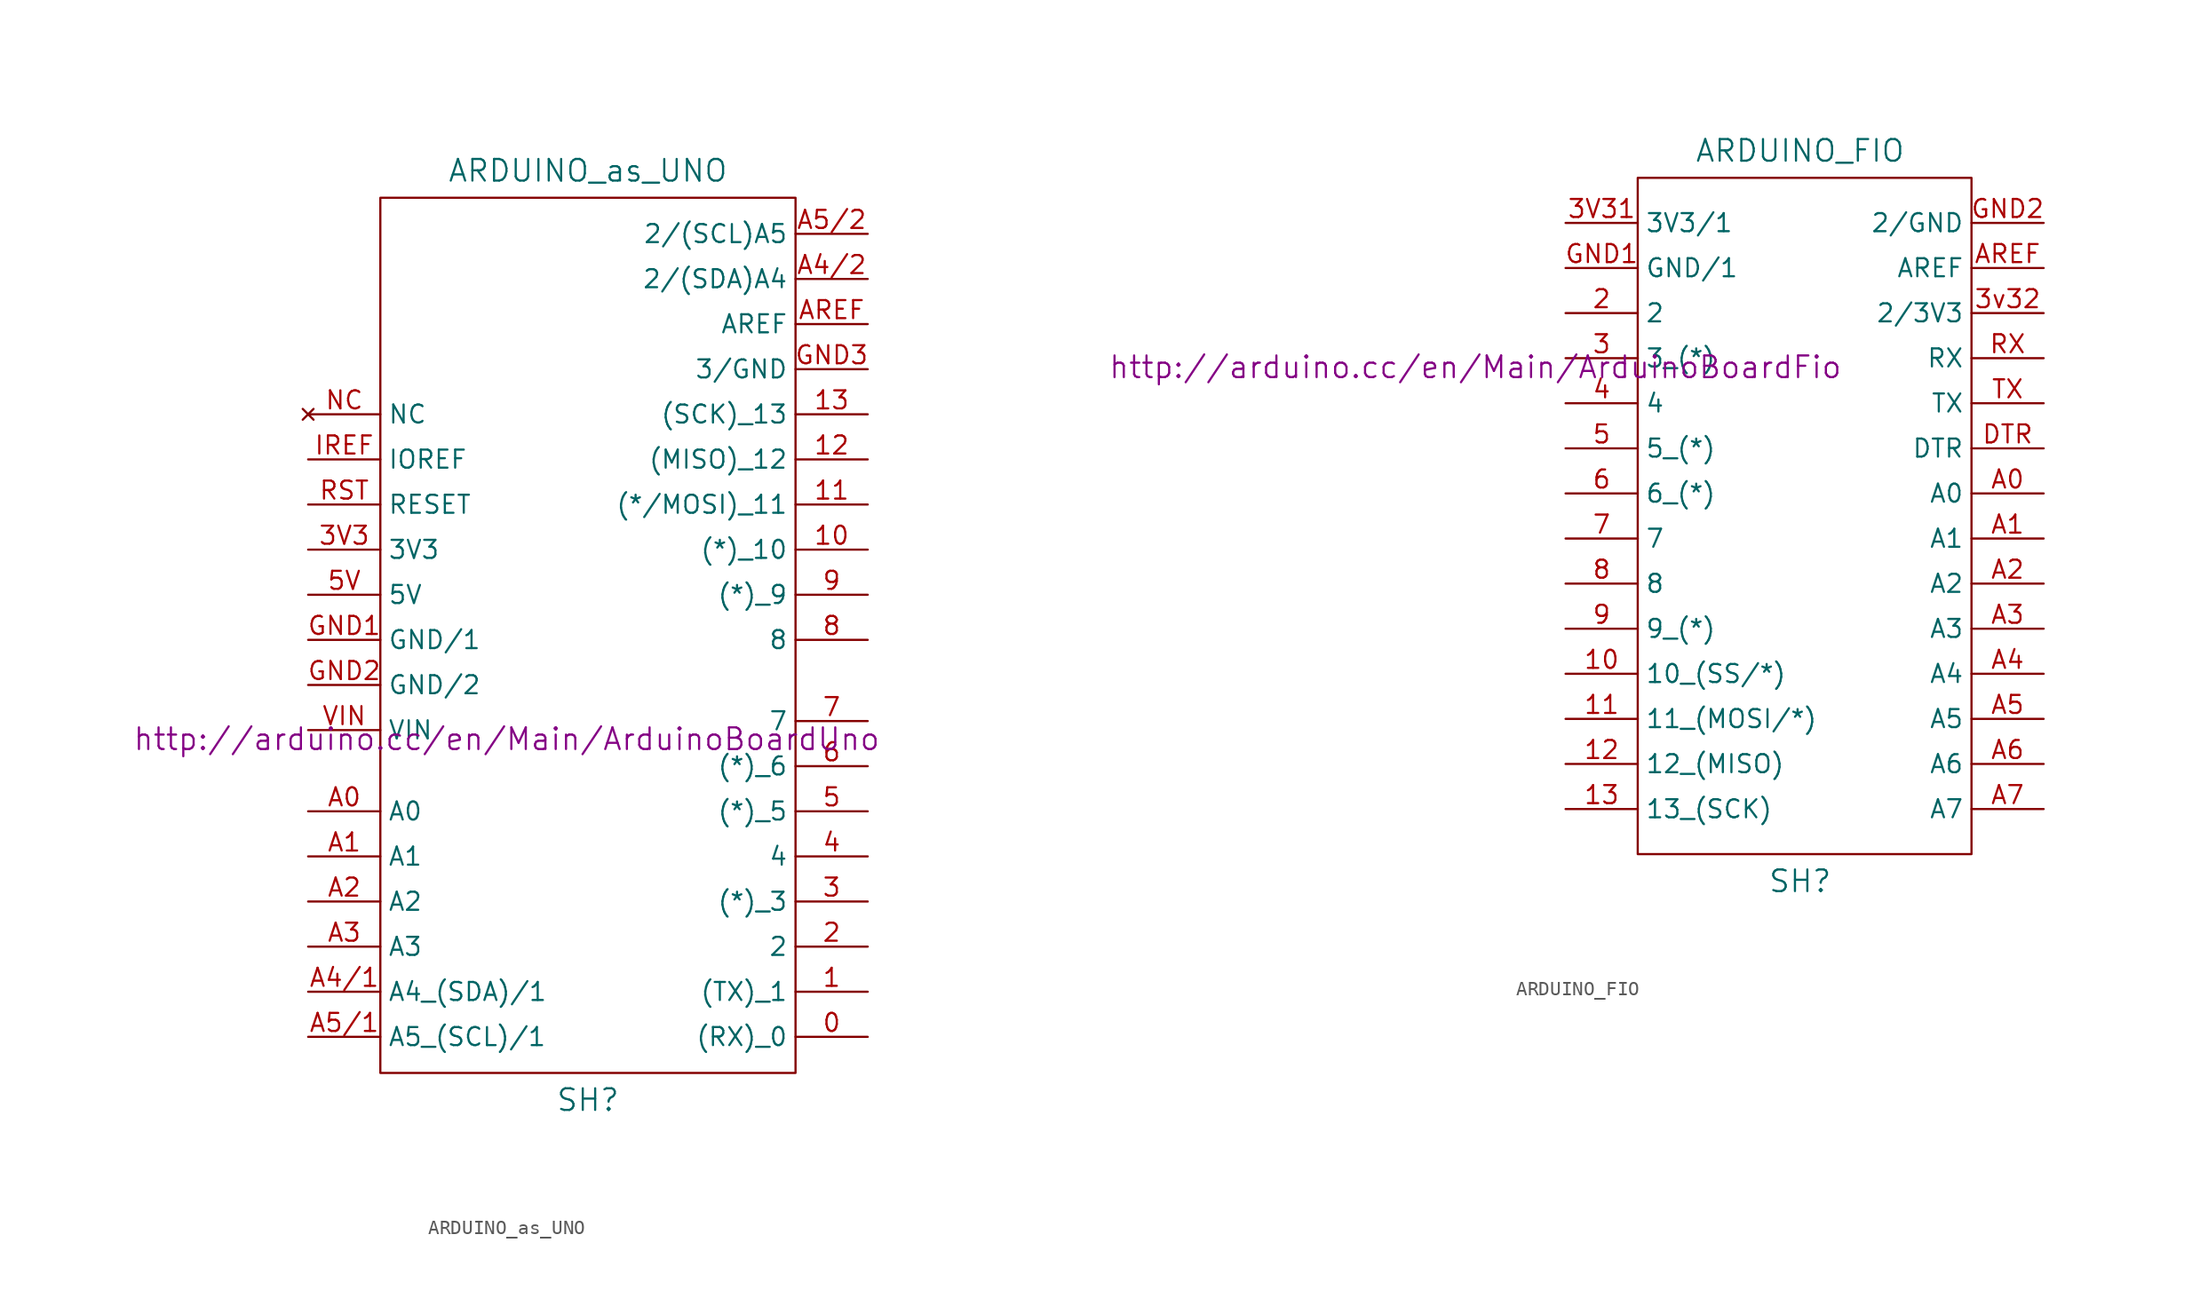
<source format=kicad_sym>
(kicad_symbol_lib
  (version 20201005)
  (generator kicad_symbol_editor)
  (symbol "Zimprich:ARDUINO_as_UNO"
    (property "Reference" "SH"
      (at 0.635 -31.115 0)
      (effects (font (size 1.524 1.524))))
    (property "Value" "ARDUINO_as_UNO"
      (at 0.635 34.29 0)
      (effects (font (size 1.524 1.524))))
    (property "Footprint" ""
      (at -5.08 -5.715 0)
      (effects (font (size 1.524 1.524))))
    (property "Datasheet" "http://arduino.cc/en/Main/ArduinoBoardUno"
      (at -5.08 -5.715 0)
      (effects (font (size 1.524 1.524))))
    (symbol "ARDUINO_as_UNO_0_1"
      (rectangle (start -13.97 -29.21) (end 15.24 32.385) (stroke (width 0)) (fill (type none))))
    (symbol "ARDUINO_as_UNO_1_1"
      (pin input line (at 20.32 -26.67 180) (length 5.08) (name "(RX)_0" (effects (font (size 1.27 1.27)))) (number "0" (effects (font (size 1.27 1.27)))))
      (pin input line (at 20.32 -23.495 180) (length 5.08) (name "(TX)_1" (effects (font (size 1.27 1.27)))) (number "1" (effects (font (size 1.27 1.27)))))
      (pin input line (at 20.32 7.62 180) (length 5.08) (name "(*)_10" (effects (font (size 1.27 1.27)))) (number "10" (effects (font (size 1.27 1.27)))))
      (pin input line (at 20.32 10.795 180) (length 5.08) (name "(*/MOSI)_11" (effects (font (size 1.27 1.27)))) (number "11" (effects (font (size 1.27 1.27)))))
      (pin input line (at 20.32 13.97 180) (length 5.08) (name "(MISO)_12" (effects (font (size 1.27 1.27)))) (number "12" (effects (font (size 1.27 1.27)))))
      (pin input line (at 20.32 17.145 180) (length 5.08) (name "(SCK)_13" (effects (font (size 1.27 1.27)))) (number "13" (effects (font (size 1.27 1.27)))))
      (pin input line (at 20.32 -20.32 180) (length 5.08) (name "2" (effects (font (size 1.27 1.27)))) (number "2" (effects (font (size 1.27 1.27)))))
      (pin input line (at 20.32 -17.145 180) (length 5.08) (name "(*)_3" (effects (font (size 1.27 1.27)))) (number "3" (effects (font (size 1.27 1.27)))))
      (pin input line (at -19.05 7.62 0) (length 5.08) (name "3V3" (effects (font (size 1.27 1.27)))) (number "3V3" (effects (font (size 1.27 1.27)))))
      (pin input line (at 20.32 -13.97 180) (length 5.08) (name "4" (effects (font (size 1.27 1.27)))) (number "4" (effects (font (size 1.27 1.27)))))
      (pin input line (at 20.32 -10.795 180) (length 5.08) (name "(*)_5" (effects (font (size 1.27 1.27)))) (number "5" (effects (font (size 1.27 1.27)))))
      (pin input line (at -19.05 4.445 0) (length 5.08) (name "5V" (effects (font (size 1.27 1.27)))) (number "5V" (effects (font (size 1.27 1.27)))))
      (pin input line (at 20.32 -7.62 180) (length 5.08) (name "(*)_6" (effects (font (size 1.27 1.27)))) (number "6" (effects (font (size 1.27 1.27)))))
      (pin input line (at 20.32 -4.445 180) (length 5.08) (name "7" (effects (font (size 1.27 1.27)))) (number "7" (effects (font (size 1.27 1.27)))))
      (pin input line (at 20.32 1.27 180) (length 5.08) (name "8" (effects (font (size 1.27 1.27)))) (number "8" (effects (font (size 1.27 1.27)))))
      (pin input line (at 20.32 4.445 180) (length 5.08) (name "(*)_9" (effects (font (size 1.27 1.27)))) (number "9" (effects (font (size 1.27 1.27)))))
      (pin input line (at -19.05 -10.795 0) (length 5.08) (name "A0" (effects (font (size 1.27 1.27)))) (number "A0" (effects (font (size 1.27 1.27)))))
      (pin input line (at -19.05 -13.97 0) (length 5.08) (name "A1" (effects (font (size 1.27 1.27)))) (number "A1" (effects (font (size 1.27 1.27)))))
      (pin input line (at -19.05 -17.145 0) (length 5.08) (name "A2" (effects (font (size 1.27 1.27)))) (number "A2" (effects (font (size 1.27 1.27)))))
      (pin input line (at -19.05 -20.32 0) (length 5.08) (name "A3" (effects (font (size 1.27 1.27)))) (number "A3" (effects (font (size 1.27 1.27)))))
      (pin input line (at -19.05 -23.495 0) (length 5.08) (name "A4_(SDA)/1" (effects (font (size 1.27 1.27)))) (number "A4/1" (effects (font (size 1.27 1.27)))))
      (pin input line (at 20.32 26.67 180) (length 5.08) (name "2/(SDA)A4" (effects (font (size 1.27 1.27)))) (number "A4/2" (effects (font (size 1.27 1.27)))))
      (pin input line (at -19.05 -26.67 0) (length 5.08) (name "A5_(SCL)/1" (effects (font (size 1.27 1.27)))) (number "A5/1" (effects (font (size 1.27 1.27)))))
      (pin input line (at 20.32 29.845 180) (length 5.08) (name "2/(SCL)A5" (effects (font (size 1.27 1.27)))) (number "A5/2" (effects (font (size 1.27 1.27)))))
      (pin input line (at 20.32 23.495 180) (length 5.08) (name "AREF" (effects (font (size 1.27 1.27)))) (number "AREF" (effects (font (size 1.27 1.27)))))
      (pin input line (at -19.05 1.27 0) (length 5.08) (name "GND/1" (effects (font (size 1.27 1.27)))) (number "GND1" (effects (font (size 1.27 1.27)))))
      (pin input line (at -19.05 -1.905 0) (length 5.08) (name "GND/2" (effects (font (size 1.27 1.27)))) (number "GND2" (effects (font (size 1.27 1.27)))))
      (pin input line (at 20.32 20.32 180) (length 5.08) (name "3/GND" (effects (font (size 1.27 1.27)))) (number "GND3" (effects (font (size 1.27 1.27)))))
      (pin input line (at -19.05 13.97 0) (length 5.08) (name "IOREF" (effects (font (size 1.27 1.27)))) (number "IREF" (effects (font (size 1.27 1.27)))))
      (pin unconnected line (at -19.05 17.145 0) (length 5.08) (name "NC" (effects (font (size 1.27 1.27)))) (number "NC" (effects (font (size 1.27 1.27)))))
      (pin input line (at -19.05 10.795 0) (length 5.08) (name "RESET" (effects (font (size 1.27 1.27)))) (number "RST" (effects (font (size 1.27 1.27)))))
      (pin input line (at -19.05 -5.08 0) (length 5.08) (name "VIN" (effects (font (size 1.27 1.27)))) (number "VIN" (effects (font (size 1.27 1.27)))))))
  (symbol "Zimprich:ARDUINO_FIO"
    (property "Reference" "SH"
      (at 0 -27.305 0)
      (effects (font (size 1.524 1.524))))
    (property "Value" "ARDUINO_FIO"
      (at 0 24.13 0)
      (effects (font (size 1.524 1.524))))
    (property "Footprint" ""
      (at -22.86 8.89 0)
      (effects (font (size 1.524 1.524))))
    (property "Datasheet" "http://arduino.cc/en/Main/ArduinoBoardFio"
      (at -22.86 8.89 0)
      (effects (font (size 1.524 1.524))))
    (symbol "ARDUINO_FIO_0_1"
      (rectangle (start 12.065 -25.4) (end -11.43 22.225) (stroke (width 0)) (fill (type none))))
    (symbol "ARDUINO_FIO_1_1"
      (pin input line (at -16.51 -12.7 0) (length 5.08) (name "10_(SS/*)" (effects (font (size 1.27 1.27)))) (number "10" (effects (font (size 1.27 1.27)))))
      (pin input line (at -16.51 -15.875 0) (length 5.08) (name "11_(MOSI/*)" (effects (font (size 1.27 1.27)))) (number "11" (effects (font (size 1.27 1.27)))))
      (pin input line (at -16.51 -19.05 0) (length 5.08) (name "12_(MISO)" (effects (font (size 1.27 1.27)))) (number "12" (effects (font (size 1.27 1.27)))))
      (pin input line (at -16.51 -22.225 0) (length 5.08) (name "13_(SCK)" (effects (font (size 1.27 1.27)))) (number "13" (effects (font (size 1.27 1.27)))))
      (pin input line (at -16.51 12.7 0) (length 5.08) (name "2" (effects (font (size 1.27 1.27)))) (number "2" (effects (font (size 1.27 1.27)))))
      (pin input line (at -16.51 9.525 0) (length 5.08) (name "3_(*)" (effects (font (size 1.27 1.27)))) (number "3" (effects (font (size 1.27 1.27)))))
      (pin input line (at -16.51 19.05 0) (length 5.08) (name "3V3/1" (effects (font (size 1.27 1.27)))) (number "3V31" (effects (font (size 1.27 1.27)))))
      (pin input line (at 17.145 12.7 180) (length 5.08) (name "2/3V3" (effects (font (size 1.27 1.27)))) (number "3v32" (effects (font (size 1.27 1.27)))))
      (pin input line (at -16.51 6.35 0) (length 5.08) (name "4" (effects (font (size 1.27 1.27)))) (number "4" (effects (font (size 1.27 1.27)))))
      (pin input line (at -16.51 3.175 0) (length 5.08) (name "5_(*)" (effects (font (size 1.27 1.27)))) (number "5" (effects (font (size 1.27 1.27)))))
      (pin input line (at -16.51 0 0) (length 5.08) (name "6_(*)" (effects (font (size 1.27 1.27)))) (number "6" (effects (font (size 1.27 1.27)))))
      (pin input line (at -16.51 -3.175 0) (length 5.08) (name "7" (effects (font (size 1.27 1.27)))) (number "7" (effects (font (size 1.27 1.27)))))
      (pin input line (at -16.51 -6.35 0) (length 5.08) (name "8" (effects (font (size 1.27 1.27)))) (number "8" (effects (font (size 1.27 1.27)))))
      (pin input line (at -16.51 -9.525 0) (length 5.08) (name "9_(*)" (effects (font (size 1.27 1.27)))) (number "9" (effects (font (size 1.27 1.27)))))
      (pin input line (at 17.145 0 180) (length 5.08) (name "A0" (effects (font (size 1.27 1.27)))) (number "A0" (effects (font (size 1.27 1.27)))))
      (pin input line (at 17.145 -3.175 180) (length 5.08) (name "A1" (effects (font (size 1.27 1.27)))) (number "A1" (effects (font (size 1.27 1.27)))))
      (pin input line (at 17.145 -6.35 180) (length 5.08) (name "A2" (effects (font (size 1.27 1.27)))) (number "A2" (effects (font (size 1.27 1.27)))))
      (pin input line (at 17.145 -9.525 180) (length 5.08) (name "A3" (effects (font (size 1.27 1.27)))) (number "A3" (effects (font (size 1.27 1.27)))))
      (pin input line (at 17.145 -12.7 180) (length 5.08) (name "A4" (effects (font (size 1.27 1.27)))) (number "A4" (effects (font (size 1.27 1.27)))))
      (pin input line (at 17.145 -15.875 180) (length 5.08) (name "A5" (effects (font (size 1.27 1.27)))) (number "A5" (effects (font (size 1.27 1.27)))))
      (pin input line (at 17.145 -19.05 180) (length 5.08) (name "A6" (effects (font (size 1.27 1.27)))) (number "A6" (effects (font (size 1.27 1.27)))))
      (pin input line (at 17.145 -22.225 180) (length 5.08) (name "A7" (effects (font (size 1.27 1.27)))) (number "A7" (effects (font (size 1.27 1.27)))))
      (pin input line (at 17.145 15.875 180) (length 5.08) (name "AREF" (effects (font (size 1.27 1.27)))) (number "AREF" (effects (font (size 1.27 1.27)))))
      (pin input line (at 17.145 3.175 180) (length 5.08) (name "DTR" (effects (font (size 1.27 1.27)))) (number "DTR" (effects (font (size 1.27 1.27)))))
      (pin input line (at -16.51 15.875 0) (length 5.08) (name "GND/1" (effects (font (size 1.27 1.27)))) (number "GND1" (effects (font (size 1.27 1.27)))))
      (pin input line (at 17.145 19.05 180) (length 5.08) (name "2/GND" (effects (font (size 1.27 1.27)))) (number "GND2" (effects (font (size 1.27 1.27)))))
      (pin input line (at 17.145 9.525 180) (length 5.08) (name "RX" (effects (font (size 1.27 1.27)))) (number "RX" (effects (font (size 1.27 1.27)))))
      (pin input line (at 17.145 6.35 180) (length 5.08) (name "TX" (effects (font (size 1.27 1.27)))) (number "TX" (effects (font (size 1.27 1.27))))))))
</source>
